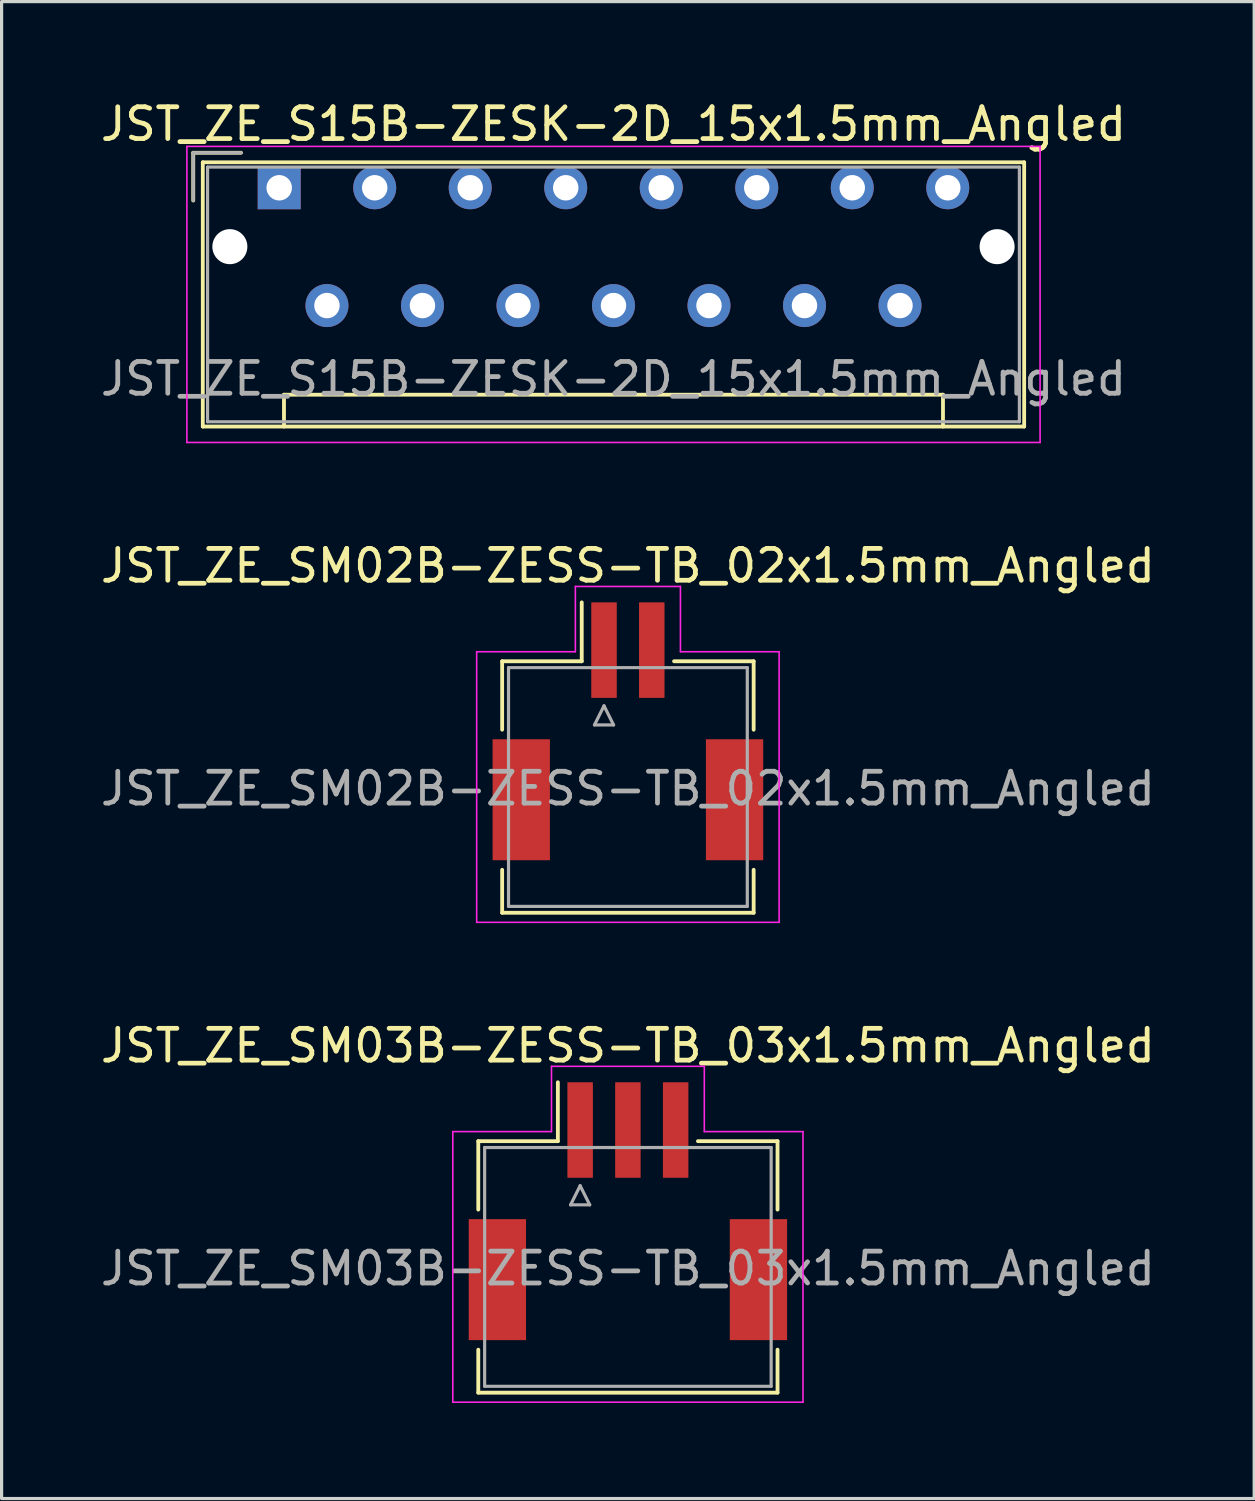
<source format=kicad_pcb>
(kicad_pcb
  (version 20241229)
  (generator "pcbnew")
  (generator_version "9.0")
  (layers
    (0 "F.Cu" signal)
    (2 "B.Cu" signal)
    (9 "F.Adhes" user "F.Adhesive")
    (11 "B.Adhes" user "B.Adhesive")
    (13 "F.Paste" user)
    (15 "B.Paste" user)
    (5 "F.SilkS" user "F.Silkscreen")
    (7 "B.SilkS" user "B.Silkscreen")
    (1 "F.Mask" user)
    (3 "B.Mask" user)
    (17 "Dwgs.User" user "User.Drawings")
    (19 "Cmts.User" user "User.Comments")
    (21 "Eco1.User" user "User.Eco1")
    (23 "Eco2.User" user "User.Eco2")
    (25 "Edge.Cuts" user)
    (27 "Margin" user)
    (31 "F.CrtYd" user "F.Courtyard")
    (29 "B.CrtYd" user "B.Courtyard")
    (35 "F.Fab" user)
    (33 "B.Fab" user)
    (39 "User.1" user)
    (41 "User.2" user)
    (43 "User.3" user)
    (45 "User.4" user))
  (footprint "JST_ZE_S15B-ZESK-2D_15x1.5mm_Angled"
    (layer "F.Cu")
    (at 5.72 2.848)
    (property "Reference" "JST_ZE_S15B-ZESK-2D_15x1.5mm_Angled" (at 10.5 -2 0) (layer "F.SilkS") (effects (font (size 1 1) (thickness 0.15))))
    (attr through_hole)
    (fp_line (start -2.7 -1.1) (end -1.2 -1.1) (stroke (width 0.12) (type solid)) (layer "F.SilkS"))
    (fp_line (start -2.7 0.4) (end -2.7 -1.1) (stroke (width 0.12) (type solid)) (layer "F.SilkS"))
    (fp_line (start -2.4 -0.8) (end -2.4 7.5) (stroke (width 0.12) (type solid)) (layer "F.SilkS"))
    (fp_line (start -2.4 7.5) (end 23.4 7.5) (stroke (width 0.12) (type solid)) (layer "F.SilkS"))
    (fp_line (start 0.15 6.5) (end 20.85 6.5) (stroke (width 0.12) (type solid)) (layer "F.SilkS"))
    (fp_line (start 0.15 7.5) (end 0.15 6.5) (stroke (width 0.12) (type solid)) (layer "F.SilkS"))
    (fp_line (start 20.85 6.5) (end 20.85 7.5) (stroke (width 0.12) (type solid)) (layer "F.SilkS"))
    (fp_line (start 23.4 -0.8) (end -2.4 -0.8) (stroke (width 0.12) (type solid)) (layer "F.SilkS"))
    (fp_line (start 23.4 7.5) (end 23.4 -0.8) (stroke (width 0.12) (type solid)) (layer "F.SilkS"))
    (fp_line (start -2.9 -1.3) (end -2.9 8) (stroke (width 0.05) (type solid)) (layer "F.CrtYd"))
    (fp_line (start -2.9 8) (end 23.9 8) (stroke (width 0.05) (type solid)) (layer "F.CrtYd"))
    (fp_line (start 23.9 -1.3) (end -2.9 -1.3) (stroke (width 0.05) (type solid)) (layer "F.CrtYd"))
    (fp_line (start 23.9 8) (end 23.9 -1.3) (stroke (width 0.05) (type solid)) (layer "F.CrtYd"))
    (fp_line (start -2.7 -1.1) (end -1.2 -1.1) (stroke (width 0.1) (type solid)) (layer "F.Fab"))
    (fp_line (start -2.7 0.4) (end -2.7 -1.1) (stroke (width 0.1) (type solid)) (layer "F.Fab"))
    (fp_line (start -2.25 -0.65) (end -2.25 7.35) (stroke (width 0.1) (type solid)) (layer "F.Fab"))
    (fp_line (start -2.25 7.35) (end 23.25 7.35) (stroke (width 0.1) (type solid)) (layer "F.Fab"))
    (fp_line (start 23.25 -0.65) (end -2.25 -0.65) (stroke (width 0.1) (type solid)) (layer "F.Fab"))
    (fp_line (start 23.25 7.35) (end 23.25 -0.65) (stroke (width 0.1) (type solid)) (layer "F.Fab"))
    (fp_text user "${REFERENCE}" (at 10.5 6 0) (layer "F.Fab") (effects (font (size 1 1) (thickness 0.15))))
    (pad "" np_thru_hole circle (at -1.55 1.85) (size 1.1 1.1) (drill 1.1) (layers "*.Cu"))
    (pad "" np_thru_hole circle (at 22.55 1.85) (size 1.1 1.1) (drill 1.1) (layers "*.Cu"))
    (pad "1" thru_hole rect (at 0 0) (size 1.35 1.35) (drill 0.8) (layers "*.Cu" "*.Mask"))
    (pad "2" thru_hole circle (at 1.5 3.7) (size 1.35 1.35) (drill 0.8) (layers "*.Cu" "*.Mask"))
    (pad "3" thru_hole circle (at 3 0) (size 1.35 1.35) (drill 0.8) (layers "*.Cu" "*.Mask"))
    (pad "4" thru_hole circle (at 4.5 3.7) (size 1.35 1.35) (drill 0.8) (layers "*.Cu" "*.Mask"))
    (pad "5" thru_hole circle (at 6 0) (size 1.35 1.35) (drill 0.8) (layers "*.Cu" "*.Mask"))
    (pad "6" thru_hole circle (at 7.5 3.7) (size 1.35 1.35) (drill 0.8) (layers "*.Cu" "*.Mask"))
    (pad "7" thru_hole circle (at 9 0) (size 1.35 1.35) (drill 0.8) (layers "*.Cu" "*.Mask"))
    (pad "8" thru_hole circle (at 10.5 3.7) (size 1.35 1.35) (drill 0.8) (layers "*.Cu" "*.Mask"))
    (pad "9" thru_hole circle (at 12 0) (size 1.35 1.35) (drill 0.8) (layers "*.Cu" "*.Mask"))
    (pad "10" thru_hole circle (at 13.5 3.7) (size 1.35 1.35) (drill 0.8) (layers "*.Cu" "*.Mask"))
    (pad "11" thru_hole circle (at 15 0) (size 1.35 1.35) (drill 0.8) (layers "*.Cu" "*.Mask"))
    (pad "12" thru_hole circle (at 16.5 3.7) (size 1.35 1.35) (drill 0.8) (layers "*.Cu" "*.Mask"))
    (pad "13" thru_hole circle (at 18 0) (size 1.35 1.35) (drill 0.8) (layers "*.Cu" "*.Mask"))
    (pad "14" thru_hole circle (at 19.5 3.7) (size 1.35 1.35) (drill 0.8) (layers "*.Cu" "*.Mask"))
    (pad "15" thru_hole circle (at 21 0) (size 1.35 1.35) (drill 0.8) (layers "*.Cu" "*.Mask")))
  (footprint "JST_ZE_SM03B-ZESS-TB_03x1.5mm_Angled"
    (layer "F.Cu")
    (at 16.673 34.795)
    (property "Reference" "JST_ZE_SM03B-ZESS-TB_03x1.5mm_Angled" (at 0 -5 0) (layer "F.SilkS") (effects (font (size 1 1) (thickness 0.15))))
    (attr smd)
    (fp_line (start -4.7 -2) (end -2.2 -2) (stroke (width 0.12) (type solid)) (layer "F.SilkS"))
    (fp_line (start -4.7 0.15) (end -4.7 -2) (stroke (width 0.12) (type solid)) (layer "F.SilkS"))
    (fp_line (start -4.7 4.55) (end -4.7 5.9) (stroke (width 0.12) (type solid)) (layer "F.SilkS"))
    (fp_line (start -4.7 5.9) (end 4.7 5.9) (stroke (width 0.12) (type solid)) (layer "F.SilkS"))
    (fp_line (start -2.2 -2) (end -2.2 -3.85) (stroke (width 0.12) (type solid)) (layer "F.SilkS"))
    (fp_line (start 4.7 -2) (end 2.2 -2) (stroke (width 0.12) (type solid)) (layer "F.SilkS"))
    (fp_line (start 4.7 0.15) (end 4.7 -2) (stroke (width 0.12) (type solid)) (layer "F.SilkS"))
    (fp_line (start 4.7 5.9) (end 4.7 4.55) (stroke (width 0.12) (type solid)) (layer "F.SilkS"))
    (fp_line (start -5.5 -2.3) (end -5.5 6.2) (stroke (width 0.05) (type solid)) (layer "F.CrtYd"))
    (fp_line (start -5.5 6.2) (end 5.5 6.2) (stroke (width 0.05) (type solid)) (layer "F.CrtYd"))
    (fp_line (start -2.4 -4.35) (end -2.4 -2.3) (stroke (width 0.05) (type solid)) (layer "F.CrtYd"))
    (fp_line (start -2.4 -2.3) (end -5.5 -2.3) (stroke (width 0.05) (type solid)) (layer "F.CrtYd"))
    (fp_line (start 2.4 -4.35) (end -2.4 -4.35) (stroke (width 0.05) (type solid)) (layer "F.CrtYd"))
    (fp_line (start 2.4 -2.3) (end 2.4 -4.35) (stroke (width 0.05) (type solid)) (layer "F.CrtYd"))
    (fp_line (start 5.5 -2.3) (end 2.4 -2.3) (stroke (width 0.05) (type solid)) (layer "F.CrtYd"))
    (fp_line (start 5.5 6.2) (end 5.5 -2.3) (stroke (width 0.05) (type solid)) (layer "F.CrtYd"))
    (fp_line (start -4.5 -1.8) (end -4.5 5.7) (stroke (width 0.1) (type solid)) (layer "F.Fab"))
    (fp_line (start -4.5 5.7) (end 4.5 5.7) (stroke (width 0.1) (type solid)) (layer "F.Fab"))
    (fp_line (start -1.8 0) (end -1.2 0) (stroke (width 0.1) (type solid)) (layer "F.Fab"))
    (fp_line (start -1.5 -0.6) (end -1.8 0) (stroke (width 0.1) (type solid)) (layer "F.Fab"))
    (fp_line (start -1.2 0) (end -1.5 -0.6) (stroke (width 0.1) (type solid)) (layer "F.Fab"))
    (fp_line (start 4.5 -1.8) (end -4.5 -1.8) (stroke (width 0.1) (type solid)) (layer "F.Fab"))
    (fp_line (start 4.5 5.7) (end 4.5 -1.8) (stroke (width 0.1) (type solid)) (layer "F.Fab"))
    (fp_text user "${REFERENCE}" (at 0 2 0) (layer "F.Fab") (effects (font (size 1 1) (thickness 0.15))))
    (pad "" smd rect (at -4.1 2.35) (size 1.8 3.8) (layers "F.Cu" "F.Mask" "F.Paste"))
    (pad "" smd rect (at 4.1 2.35) (size 1.8 3.8) (layers "F.Cu" "F.Mask" "F.Paste"))
    (pad "1" smd rect (at -1.5 -2.35) (size 0.8 3) (layers "F.Cu" "F.Mask" "F.Paste"))
    (pad "2" smd rect (at 0 -2.35) (size 0.8 3) (layers "F.Cu" "F.Mask" "F.Paste"))
    (pad "3" smd rect (at 1.5 -2.35) (size 0.8 3) (layers "F.Cu" "F.Mask" "F.Paste")))
  (footprint "JST_ZE_SM02B-ZESS-TB_02x1.5mm_Angled"
    (layer "F.Cu")
    (at 16.673 19.721)
    (property "Reference" "JST_ZE_SM02B-ZESS-TB_02x1.5mm_Angled" (at 0 -5 0) (layer "F.SilkS") (effects (font (size 1 1) (thickness 0.15))))
    (attr smd)
    (fp_line (start -3.95 -2) (end -1.45 -2) (stroke (width 0.12) (type solid)) (layer "F.SilkS"))
    (fp_line (start -3.95 0.15) (end -3.95 -2) (stroke (width 0.12) (type solid)) (layer "F.SilkS"))
    (fp_line (start -3.95 4.55) (end -3.95 5.9) (stroke (width 0.12) (type solid)) (layer "F.SilkS"))
    (fp_line (start -3.95 5.9) (end 3.95 5.9) (stroke (width 0.12) (type solid)) (layer "F.SilkS"))
    (fp_line (start -1.45 -2) (end -1.45 -3.85) (stroke (width 0.12) (type solid)) (layer "F.SilkS"))
    (fp_line (start 3.95 -2) (end 1.45 -2) (stroke (width 0.12) (type solid)) (layer "F.SilkS"))
    (fp_line (start 3.95 0.15) (end 3.95 -2) (stroke (width 0.12) (type solid)) (layer "F.SilkS"))
    (fp_line (start 3.95 5.9) (end 3.95 4.55) (stroke (width 0.12) (type solid)) (layer "F.SilkS"))
    (fp_line (start -4.75 -2.3) (end -4.75 6.2) (stroke (width 0.05) (type solid)) (layer "F.CrtYd"))
    (fp_line (start -4.75 6.2) (end 4.75 6.2) (stroke (width 0.05) (type solid)) (layer "F.CrtYd"))
    (fp_line (start -1.65 -4.35) (end -1.65 -2.3) (stroke (width 0.05) (type solid)) (layer "F.CrtYd"))
    (fp_line (start -1.65 -2.3) (end -4.75 -2.3) (stroke (width 0.05) (type solid)) (layer "F.CrtYd"))
    (fp_line (start 1.65 -4.35) (end -1.65 -4.35) (stroke (width 0.05) (type solid)) (layer "F.CrtYd"))
    (fp_line (start 1.65 -2.3) (end 1.65 -4.35) (stroke (width 0.05) (type solid)) (layer "F.CrtYd"))
    (fp_line (start 4.75 -2.3) (end 1.65 -2.3) (stroke (width 0.05) (type solid)) (layer "F.CrtYd"))
    (fp_line (start 4.75 6.2) (end 4.75 -2.3) (stroke (width 0.05) (type solid)) (layer "F.CrtYd"))
    (fp_line (start -3.75 -1.8) (end -3.75 5.7) (stroke (width 0.1) (type solid)) (layer "F.Fab"))
    (fp_line (start -3.75 5.7) (end 3.75 5.7) (stroke (width 0.1) (type solid)) (layer "F.Fab"))
    (fp_line (start -1.05 0) (end -0.45 0) (stroke (width 0.1) (type solid)) (layer "F.Fab"))
    (fp_line (start -0.75 -0.6) (end -1.05 0) (stroke (width 0.1) (type solid)) (layer "F.Fab"))
    (fp_line (start -0.45 0) (end -0.75 -0.6) (stroke (width 0.1) (type solid)) (layer "F.Fab"))
    (fp_line (start 3.75 -1.8) (end -3.75 -1.8) (stroke (width 0.1) (type solid)) (layer "F.Fab"))
    (fp_line (start 3.75 5.7) (end 3.75 -1.8) (stroke (width 0.1) (type solid)) (layer "F.Fab"))
    (fp_text user "${REFERENCE}" (at 0 2 0) (layer "F.Fab") (effects (font (size 1 1) (thickness 0.15))))
    (pad "" smd rect (at -3.35 2.35) (size 1.8 3.8) (layers "F.Cu" "F.Mask" "F.Paste"))
    (pad "" smd rect (at 3.35 2.35) (size 1.8 3.8) (layers "F.Cu" "F.Mask" "F.Paste"))
    (pad "1" smd rect (at -0.75 -2.35) (size 0.8 3) (layers "F.Cu" "F.Mask" "F.Paste"))
    (pad "2" smd rect (at 0.75 -2.35) (size 0.8 3) (layers "F.Cu" "F.Mask" "F.Paste")))
  (gr_rect
    (start -3 -3)
    (end 36.345 44.02)
    (stroke (width 0.1) (type default))
    (fill no)
    (layer "Edge.Cuts")))
</source>
